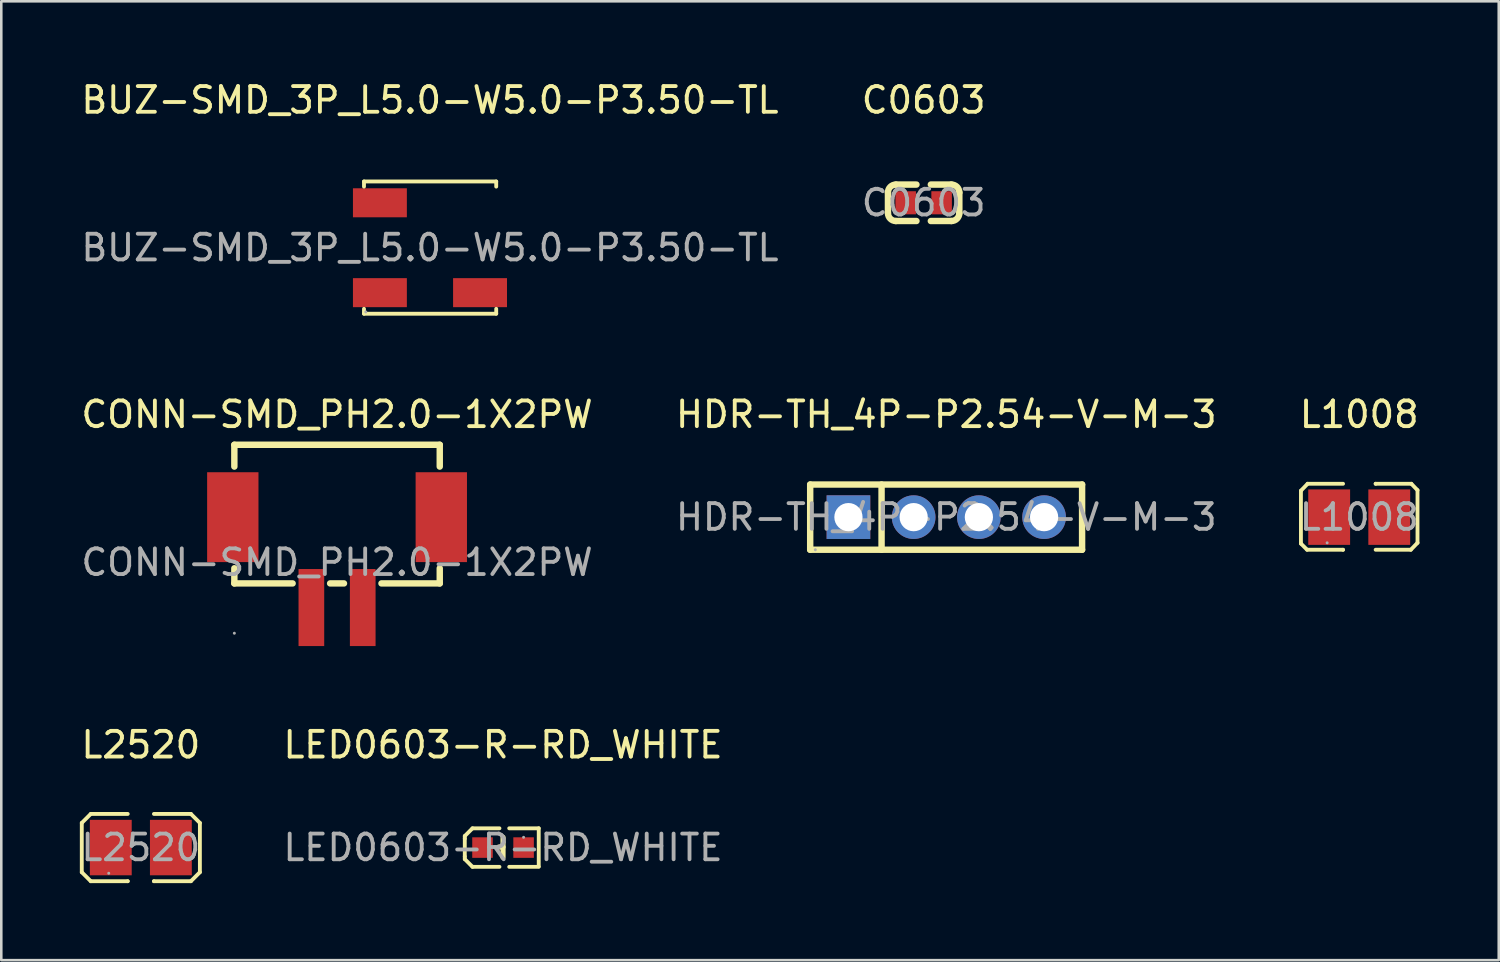
<source format=kicad_pcb>
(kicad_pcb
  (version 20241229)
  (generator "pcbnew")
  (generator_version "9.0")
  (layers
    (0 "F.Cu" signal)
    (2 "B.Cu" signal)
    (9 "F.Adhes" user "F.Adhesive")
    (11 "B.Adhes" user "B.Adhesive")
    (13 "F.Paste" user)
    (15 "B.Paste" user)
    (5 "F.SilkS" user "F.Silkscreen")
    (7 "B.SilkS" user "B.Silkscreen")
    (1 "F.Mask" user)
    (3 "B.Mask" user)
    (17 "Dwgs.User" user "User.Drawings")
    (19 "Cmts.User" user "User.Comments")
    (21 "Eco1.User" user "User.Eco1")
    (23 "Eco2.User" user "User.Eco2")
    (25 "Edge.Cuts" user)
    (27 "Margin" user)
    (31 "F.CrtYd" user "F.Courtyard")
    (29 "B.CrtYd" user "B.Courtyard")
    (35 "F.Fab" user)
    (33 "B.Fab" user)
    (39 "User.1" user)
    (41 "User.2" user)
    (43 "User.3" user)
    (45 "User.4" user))
  (footprint "L2520"
    (layer "F.Cu")
    (at 2.435 29.96)
    (property "Reference" "L2520" (at 0 -4 0) (layer "F.SilkS") (effects (font (size 1 1) (thickness 0.15))))
    (attr smd)
    (fp_line (start -2.3 -0.96) (end -1.95 -1.31) (stroke (width 0.15) (type solid)) (layer "F.SilkS"))
    (fp_line (start -2.3 0.96) (end -2.3 -0.96) (stroke (width 0.15) (type solid)) (layer "F.SilkS"))
    (fp_line (start -1.95 -1.31) (end -0.51 -1.31) (stroke (width 0.15) (type solid)) (layer "F.SilkS"))
    (fp_line (start -1.95 1.31) (end -2.3 0.96) (stroke (width 0.15) (type solid)) (layer "F.SilkS"))
    (fp_line (start -0.51 1.31) (end -1.95 1.31) (stroke (width 0.15) (type solid)) (layer "F.SilkS"))
    (fp_line (start -0.51 1.31) (end -0.51 1.31) (stroke (width 0.15) (type solid)) (layer "F.SilkS"))
    (fp_line (start 0.51 1.31) (end 0.51 1.31) (stroke (width 0.15) (type solid)) (layer "F.SilkS"))
    (fp_line (start 0.51 1.31) (end 1.95 1.31) (stroke (width 0.15) (type solid)) (layer "F.SilkS"))
    (fp_line (start 1.95 -1.31) (end 0.51 -1.31) (stroke (width 0.15) (type solid)) (layer "F.SilkS"))
    (fp_line (start 1.95 1.31) (end 2.3 0.96) (stroke (width 0.15) (type solid)) (layer "F.SilkS"))
    (fp_line (start 2.3 -0.96) (end 1.95 -1.31) (stroke (width 0.15) (type solid)) (layer "F.SilkS"))
    (fp_line (start 2.3 0.96) (end 2.3 -0.96) (stroke (width 0.15) (type solid)) (layer "F.SilkS"))
    (fp_circle (center -1.25 1) (end -1.22 1) (stroke (width 0.06) (type solid)) (fill no) (layer "F.Fab"))
    (fp_text user "${REFERENCE}" (at 0 0 0) (layer "F.Fab") (effects (font (size 1 1) (thickness 0.15))))
    (pad "1" smd rect (at -1.17 0) (size 1.63 2.16) (layers "F.Cu" "F.Mask" "F.Paste"))
    (pad "2" smd rect (at 1.17 0) (size 1.63 2.16) (layers "F.Cu" "F.Mask" "F.Paste")))
  (footprint "HDR-TH_4P-P2.54-V-M-3"
    (layer "F.Cu")
    (at 33.804 17.091)
    (property "Reference" "HDR-TH_4P-P2.54-V-M-3" (at 0 -4 0) (layer "F.SilkS") (effects (font (size 1 1) (thickness 0.15))))
    (attr through_hole)
    (fp_line (start -5.3 -1.27) (end -5.3 1.27) (stroke (width 0.25) (type solid)) (layer "F.SilkS"))
    (fp_line (start -5.3 -1.27) (end 5.29 -1.27) (stroke (width 0.25) (type solid)) (layer "F.SilkS"))
    (fp_line (start -5.3 1.27) (end 5.29 1.27) (stroke (width 0.25) (type solid)) (layer "F.SilkS"))
    (fp_line (start -2.52 -1.27) (end -2.52 1.27) (stroke (width 0.25) (type solid)) (layer "F.SilkS"))
    (fp_line (start 5.29 -1.27) (end 5.29 1.27) (stroke (width 0.25) (type solid)) (layer "F.SilkS"))
    (fp_circle (center -5.1 1.27) (end -5.07 1.27) (stroke (width 0.06) (type solid)) (fill no) (layer "F.Fab"))
    (fp_text user "${REFERENCE}" (at 0 0 0) (layer "F.Fab") (effects (font (size 1 1) (thickness 0.15))))
    (pad "1" thru_hole rect (at -3.81 0) (size 1.7 1.7) (drill 1.1) (layers "*.Cu" "*.Mask"))
    (pad "2" thru_hole circle (at -1.27 0) (size 1.7 1.7) (drill 1.1) (layers "*.Cu" "*.Mask"))
    (pad "3" thru_hole circle (at 1.27 0) (size 1.7 1.7) (drill 1.1) (layers "*.Cu" "*.Mask"))
    (pad "4" thru_hole circle (at 3.81 0) (size 1.7 1.7) (drill 1.1) (layers "*.Cu" "*.Mask")))
  (footprint "CONN-SMD_PH2.0-1X2PW"
    (layer "F.Cu")
    (at 10.077 18.852)
    (property "Reference" "CONN-SMD_PH2.0-1X2PW" (at 0 -5.76 0) (layer "F.SilkS") (effects (font (size 1 1) (thickness 0.15))))
    (attr smd)
    (fp_line (start -4 -4.58) (end -4 -3.73) (stroke (width 0.25) (type solid)) (layer "F.SilkS"))
    (fp_line (start -4 -4.58) (end 4 -4.58) (stroke (width 0.25) (type solid)) (layer "F.SilkS"))
    (fp_line (start -4 0.23) (end -4 0.82) (stroke (width 0.25) (type solid)) (layer "F.SilkS"))
    (fp_line (start -4 0.82) (end -1.73 0.82) (stroke (width 0.25) (type solid)) (layer "F.SilkS"))
    (fp_line (start -0.27 0.82) (end 0.27 0.82) (stroke (width 0.25) (type solid)) (layer "F.SilkS"))
    (fp_line (start 1.73 0.82) (end 4 0.82) (stroke (width 0.25) (type solid)) (layer "F.SilkS"))
    (fp_line (start 4 -4.58) (end 4 -3.73) (stroke (width 0.25) (type solid)) (layer "F.SilkS"))
    (fp_line (start 4 0.23) (end 4 0.82) (stroke (width 0.25) (type solid)) (layer "F.SilkS"))
    (fp_circle (center -4 2.76) (end -3.97 2.76) (stroke (width 0.06) (type solid)) (fill no) (layer "F.Fab"))
    (fp_text user "${REFERENCE}" (at 0 0 0) (layer "F.Fab") (effects (font (size 1 1) (thickness 0.15))))
    (pad "1" smd rect (at -1 1.76) (size 1 3) (layers "F.Cu" "F.Mask" "F.Paste"))
    (pad "2" smd rect (at 1 1.76) (size 1 3) (layers "F.Cu" "F.Mask" "F.Paste"))
    (pad "3" smd rect (at 4.06 -1.76) (size 2 3.5) (layers "F.Cu" "F.Mask" "F.Paste"))
    (pad "4" smd rect (at -4.06 -1.76) (size 2 3.5) (layers "F.Cu" "F.Mask" "F.Paste")))
  (footprint "LED0603-R-RD_WHITE"
    (layer "F.Cu")
    (at 16.542 29.96)
    (property "Reference" "LED0603-R-RD_WHITE" (at 0 -4 0) (layer "F.SilkS") (effects (font (size 1 1) (thickness 0.15))))
    (attr smd)
    (fp_line (start -1.49 -0.45) (end -1.19 -0.75) (stroke (width 0.15) (type solid)) (layer "F.SilkS"))
    (fp_line (start -1.49 -0.35) (end -1.49 -0.45) (stroke (width 0.15) (type solid)) (layer "F.SilkS"))
    (fp_line (start -1.49 -0.35) (end -1.49 0.35) (stroke (width 0.15) (type solid)) (layer "F.SilkS"))
    (fp_line (start -1.49 0.35) (end -1.49 0.45) (stroke (width 0.15) (type solid)) (layer "F.SilkS"))
    (fp_line (start -1.49 0.45) (end -1.19 0.75) (stroke (width 0.15) (type solid)) (layer "F.SilkS"))
    (fp_line (start -0.14 -0.75) (end -1.19 -0.75) (stroke (width 0.15) (type solid)) (layer "F.SilkS"))
    (fp_line (start -0.14 0.75) (end -1.19 0.75) (stroke (width 0.15) (type solid)) (layer "F.SilkS"))
    (fp_line (start 0 -0.02) (end -0.17 -0.02) (stroke (width 0.2) (type solid)) (layer "F.SilkS"))
    (fp_line (start 0 0.38) (end 0 -0.4) (stroke (width 0.2) (type solid)) (layer "F.SilkS"))
    (fp_line (start 0.24 -0.75) (end 1.39 -0.75) (stroke (width 0.15) (type solid)) (layer "F.SilkS"))
    (fp_line (start 0.24 0.75) (end 1.39 0.75) (stroke (width 0.15) (type solid)) (layer "F.SilkS"))
    (fp_line (start 1.39 -0.75) (end 1.39 0.73) (stroke (width 0.15) (type solid)) (layer "F.SilkS"))
    (fp_circle (center 0.8 -0.4) (end 0.83 -0.4) (stroke (width 0.06) (type solid)) (fill no) (layer "F.Fab"))
    (fp_text user "${REFERENCE}" (at 0 0 0) (layer "F.Fab") (effects (font (size 1 1) (thickness 0.15))))
    (pad "1" smd rect (at 0.8 0 90) (size 0.8 0.8) (layers "F.Cu" "F.Mask" "F.Paste"))
    (pad "2" smd rect (at -0.8 0 90) (size 0.8 0.8) (layers "F.Cu" "F.Mask" "F.Paste")))
  (footprint "BUZ-SMD_3P_L5.0-W5.0-P3.50-TL"
    (layer "F.Cu")
    (at 13.696 6.598)
    (property "Reference" "BUZ-SMD_3P_L5.0-W5.0-P3.50-TL" (at 0 -5.75 0) (layer "F.SilkS") (effects (font (size 1 1) (thickness 0.15))))
    (attr smd)
    (fp_line (start -2.57 -2.58) (end 2.58 -2.58) (stroke (width 0.15) (type solid)) (layer "F.SilkS"))
    (fp_line (start -2.57 -2.38) (end -2.57 -2.58) (stroke (width 0.15) (type solid)) (layer "F.SilkS"))
    (fp_line (start -2.57 2.38) (end -2.57 2.57) (stroke (width 0.15) (type solid)) (layer "F.SilkS"))
    (fp_line (start -2.57 2.57) (end 2.58 2.57) (stroke (width 0.15) (type solid)) (layer "F.SilkS"))
    (fp_line (start 2.58 -2.58) (end 2.58 -2.38) (stroke (width 0.15) (type solid)) (layer "F.SilkS"))
    (fp_line (start 2.58 2.57) (end 2.58 2.38) (stroke (width 0.15) (type solid)) (layer "F.SilkS"))
    (fp_circle (center -2.5 2.5) (end -2.47 2.5) (stroke (width 0.06) (type solid)) (fill no) (layer "F.Fab"))
    (fp_text user "${REFERENCE}" (at 0 0 0) (layer "F.Fab") (effects (font (size 1 1) (thickness 0.15))))
    (pad "1" smd rect (at -1.95 1.75) (size 2.1 1.13) (layers "F.Cu" "F.Mask" "F.Paste"))
    (pad "2" smd rect (at 1.95 1.75) (size 2.1 1.13) (layers "F.Cu" "F.Mask" "F.Paste"))
    (pad "3" smd rect (at -1.95 -1.75) (size 2.1 1.13) (layers "F.Cu" "F.Mask" "F.Paste")))
  (footprint "C0603"
    (layer "F.Cu")
    (at 32.923 4.848)
    (property "Reference" "C0603" (at 0 -4 0) (layer "F.SilkS") (effects (font (size 1 1) (thickness 0.15))))
    (attr smd)
    (fp_line (start -1.39 0.4) (end -1.39 -0.4) (stroke (width 0.25) (type solid)) (layer "F.SilkS"))
    (fp_line (start -0.28 -0.71) (end -1.08 -0.71) (stroke (width 0.25) (type solid)) (layer "F.SilkS"))
    (fp_line (start -0.28 0.71) (end -1.08 0.71) (stroke (width 0.25) (type solid)) (layer "F.SilkS"))
    (fp_line (start 0.28 -0.71) (end 1.08 -0.71) (stroke (width 0.25) (type solid)) (layer "F.SilkS"))
    (fp_line (start 0.28 0.71) (end 1.08 0.71) (stroke (width 0.25) (type solid)) (layer "F.SilkS"))
    (fp_line (start 1.39 -0.4) (end 1.39 0.4) (stroke (width 0.25) (type solid)) (layer "F.SilkS"))
    (fp_arc (start -1.39 -0.4) (mid -1.299203 -0.619203) (end -1.08 -0.71) (stroke (width 0.25) (type solid)) (layer "F.SilkS"))
    (fp_arc (start -1.08 0.71) (mid -1.299203 0.619203) (end -1.39 0.4) (stroke (width 0.25) (type solid)) (layer "F.SilkS"))
    (fp_arc (start 1.08 -0.71) (mid 1.299203 -0.619203) (end 1.39 -0.4) (stroke (width 0.25) (type solid)) (layer "F.SilkS"))
    (fp_arc (start 1.39 0.4) (mid 1.299203 0.619203) (end 1.08 0.71) (stroke (width 0.25) (type solid)) (layer "F.SilkS"))
    (fp_circle (center -0.8 0.4) (end -0.77 0.4) (stroke (width 0.06) (type solid)) (fill no) (layer "F.Fab"))
    (fp_text user "${REFERENCE}" (at 0 0 0) (layer "F.Fab") (effects (font (size 1 1) (thickness 0.15))))
    (pad "1" smd rect (at -0.7 0) (size 0.8 0.9) (layers "F.Cu" "F.Mask" "F.Paste"))
    (pad "2" smd rect (at 0.7 0) (size 0.8 0.9) (layers "F.Cu" "F.Mask" "F.Paste")))
  (footprint "L1008"
    (layer "F.Cu")
    (at 49.887 17.091)
    (property "Reference" "L1008" (at 0 -4 0) (layer "F.SilkS") (effects (font (size 1 1) (thickness 0.15))))
    (attr smd)
    (fp_line (start -2.27 -1.03) (end -2.01 -1.3) (stroke (width 0.15) (type solid)) (layer "F.SilkS"))
    (fp_line (start -2.27 1.03) (end -2.27 -1.03) (stroke (width 0.15) (type solid)) (layer "F.SilkS"))
    (fp_line (start -2.03 1.27) (end -2.27 1.03) (stroke (width 0.15) (type solid)) (layer "F.SilkS"))
    (fp_line (start -2.01 -1.3) (end -0.63 -1.3) (stroke (width 0.15) (type solid)) (layer "F.SilkS"))
    (fp_line (start -0.63 1.27) (end -2.03 1.27) (stroke (width 0.15) (type solid)) (layer "F.SilkS"))
    (fp_line (start -0.63 1.27) (end -0.63 1.27) (stroke (width 0.15) (type solid)) (layer "F.SilkS"))
    (fp_line (start 0.64 -1.3) (end 0.64 -1.3) (stroke (width 0.15) (type solid)) (layer "F.SilkS"))
    (fp_line (start 0.64 -1.3) (end 2.03 -1.3) (stroke (width 0.15) (type solid)) (layer "F.SilkS"))
    (fp_line (start 2.01 1.27) (end 0.64 1.27) (stroke (width 0.15) (type solid)) (layer "F.SilkS"))
    (fp_line (start 2.03 -1.3) (end 2.27 -1.05) (stroke (width 0.15) (type solid)) (layer "F.SilkS"))
    (fp_line (start 2.27 -1.05) (end 2.27 1) (stroke (width 0.15) (type solid)) (layer "F.SilkS"))
    (fp_line (start 2.27 1) (end 2.01 1.27) (stroke (width 0.15) (type solid)) (layer "F.SilkS"))
    (fp_circle (center -1.25 1) (end -1.22 1) (stroke (width 0.06) (type solid)) (fill no) (layer "F.Fab"))
    (fp_text user "${REFERENCE}" (at 0 0 0) (layer "F.Fab") (effects (font (size 1 1) (thickness 0.15))))
    (pad "1" smd rect (at -1.17 0) (size 1.63 2.16) (layers "F.Cu" "F.Mask" "F.Paste"))
    (pad "2" smd rect (at 1.17 0) (size 1.63 2.16) (layers "F.Cu" "F.Mask" "F.Paste")))
  (gr_rect
    (start -3 -3)
    (end 55.321 34.345)
    (stroke (width 0.1) (type default))
    (fill no)
    (layer "Edge.Cuts")))
</source>
